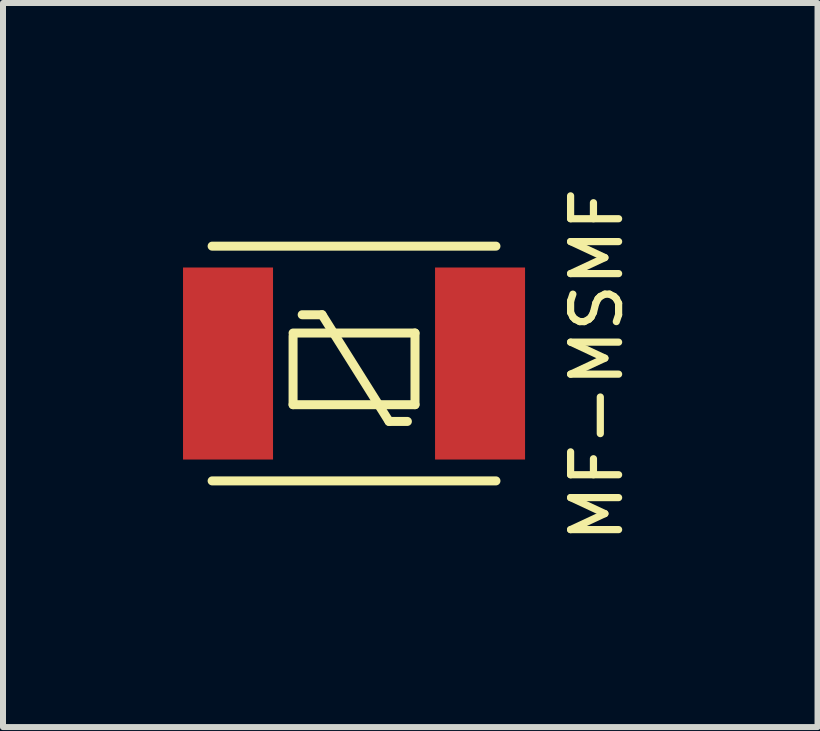
<source format=kicad_pcb>
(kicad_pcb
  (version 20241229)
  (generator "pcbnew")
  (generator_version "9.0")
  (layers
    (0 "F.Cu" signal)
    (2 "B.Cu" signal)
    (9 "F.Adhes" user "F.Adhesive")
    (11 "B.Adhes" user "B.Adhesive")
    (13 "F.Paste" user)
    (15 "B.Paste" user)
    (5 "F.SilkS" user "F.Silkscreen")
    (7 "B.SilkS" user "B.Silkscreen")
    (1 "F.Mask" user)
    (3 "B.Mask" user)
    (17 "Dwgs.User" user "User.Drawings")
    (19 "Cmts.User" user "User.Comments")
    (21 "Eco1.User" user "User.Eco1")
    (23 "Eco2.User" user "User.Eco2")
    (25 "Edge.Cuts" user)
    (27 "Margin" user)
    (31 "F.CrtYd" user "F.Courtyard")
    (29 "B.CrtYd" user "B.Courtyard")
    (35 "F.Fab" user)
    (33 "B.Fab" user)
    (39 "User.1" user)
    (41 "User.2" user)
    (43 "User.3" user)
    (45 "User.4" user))
  (footprint "MF-MSMF"
    (layer "F.Cu")
    (at 2.85 3.008)
    (property "Reference" "MF-MSMF" (at 4.045 0.025 90) (layer "F.SilkS") (effects (font (size 0.8 0.8) (thickness 0.12))))
    (attr through_hole)
    (fp_line (start -2.365 -1.956) (end 2.365 -1.956) (stroke (width 0.15) (type solid)) (layer "F.SilkS"))
    (fp_line (start -1.016 -0.457) (end -1.016 0.686) (stroke (width 0.15) (type solid)) (layer "F.SilkS"))
    (fp_line (start -1.016 0.686) (end 1.016 0.686) (stroke (width 0.15) (type solid)) (layer "F.SilkS"))
    (fp_line (start -0.864 -0.813) (end -0.533 -0.813) (stroke (width 0.15) (type solid)) (layer "F.SilkS"))
    (fp_line (start 0.584 0.965) (end -0.533 -0.813) (stroke (width 0.15) (type solid)) (layer "F.SilkS"))
    (fp_line (start 0.889 0.965) (end 0.584 0.965) (stroke (width 0.15) (type solid)) (layer "F.SilkS"))
    (fp_line (start 1.016 -0.508) (end -1.016 -0.508) (stroke (width 0.15) (type solid)) (layer "F.SilkS"))
    (fp_line (start 1.016 0.686) (end 1.016 -0.508) (stroke (width 0.15) (type solid)) (layer "F.SilkS"))
    (fp_line (start 2.365 1.956) (end -2.365 1.956) (stroke (width 0.15) (type solid)) (layer "F.SilkS"))
    (pad "1" smd rect (at -2.1 0) (size 1.5 3.2) (layers "F.Cu" "F.Mask" "F.Paste"))
    (pad "2" smd rect (at 2.1 0) (size 1.5 3.2) (layers "F.Cu" "F.Mask" "F.Paste")))
  (gr_rect
    (start -3 -3)
    (end 10.574 9.067)
    (stroke (width 0.1) (type default))
    (fill no)
    (layer "Edge.Cuts")))
</source>
